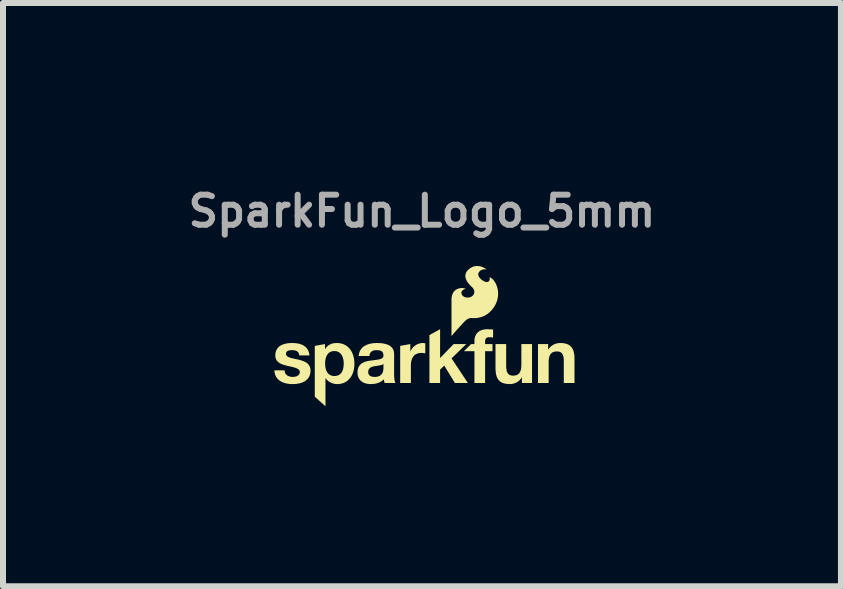
<source format=kicad_pcb>
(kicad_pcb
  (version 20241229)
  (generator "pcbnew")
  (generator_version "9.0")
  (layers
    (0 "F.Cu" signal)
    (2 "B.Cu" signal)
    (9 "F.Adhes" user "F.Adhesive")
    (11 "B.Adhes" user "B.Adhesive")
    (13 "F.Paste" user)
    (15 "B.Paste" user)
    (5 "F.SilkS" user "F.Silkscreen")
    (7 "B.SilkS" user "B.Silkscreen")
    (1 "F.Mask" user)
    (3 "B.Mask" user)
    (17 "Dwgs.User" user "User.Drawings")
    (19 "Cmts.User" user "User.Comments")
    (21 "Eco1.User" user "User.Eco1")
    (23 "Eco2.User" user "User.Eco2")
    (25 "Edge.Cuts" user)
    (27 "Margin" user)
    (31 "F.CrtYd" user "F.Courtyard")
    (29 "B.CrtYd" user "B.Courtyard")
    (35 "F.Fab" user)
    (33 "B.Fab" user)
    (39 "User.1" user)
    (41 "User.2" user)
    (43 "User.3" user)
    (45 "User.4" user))
  (footprint "SparkFun_Logo_5mm"
    (layer "F.Cu")
    (at 3.981 3.008)
    (property "Reference" "SparkFun_Logo_5mm" (at 0 -2.54 0) (layer "F.Fab") (effects (font (size 0.5 0.5) (thickness 0.1))))
    (attr board_only exclude_from_pos_files exclude_from_bom)
    (fp_poly (pts (xy 0.302 -0.092) (xy 0.527 -0.325) (xy 0.738 -0.325) (xy 0.493 -0.087) (xy 0.765 0.324) (xy 0.549 0.324) (xy 0.371 0.034) (xy 0.302 0.1) (xy 0.302 0.324) (xy 0.124 0.324) (xy 0.124 -0.475) (xy 0.302 -0.573)) (stroke (width 0) (type solid)) (fill yes) (layer "F.SilkS"))
    (fp_poly (pts (xy 0.019 -0.343) (xy 0.021 -0.343) (xy 0.024 -0.343) (xy 0.026 -0.342) (xy 0.031 -0.342) (xy 0.036 -0.341) (xy 0.041 -0.34) (xy 0.046 -0.339) (xy 0.05 -0.338) (xy 0.055 -0.337) (xy 0.055 -0.171) (xy 0.048 -0.172) (xy 0.041 -0.173) (xy 0.033 -0.174) (xy 0.025 -0.175) (xy 0.016 -0.176) (xy 0.008 -0.177) (xy -0.001 -0.177) (xy -0.009 -0.177) (xy -0.021 -0.177) (xy -0.033 -0.176) (xy -0.044 -0.175) (xy -0.054 -0.173) (xy -0.065 -0.171) (xy -0.074 -0.168) (xy -0.083 -0.164) (xy -0.092 -0.161) (xy -0.1 -0.157) (xy -0.108 -0.152) (xy -0.116 -0.147) (xy -0.123 -0.142) (xy -0.129 -0.136) (xy -0.135 -0.13) (xy -0.141 -0.123) (xy -0.146 -0.116) (xy -0.151 -0.109) (xy -0.156 -0.101) (xy -0.16 -0.094) (xy -0.164 -0.085) (xy -0.167 -0.077) (xy -0.171 -0.068) (xy -0.173 -0.059) (xy -0.176 -0.05) (xy -0.178 -0.04) (xy -0.18 -0.031) (xy -0.183 -0.011) (xy -0.184 0.01) (xy -0.185 0.031) (xy -0.185 0.324) (xy -0.363 0.324) (xy -0.363 -0.295) (xy -0.194 -0.325) (xy -0.194 -0.205) (xy -0.191 -0.205) (xy -0.188 -0.212) (xy -0.184 -0.22) (xy -0.18 -0.227) (xy -0.176 -0.234) (xy -0.172 -0.241) (xy -0.167 -0.248) (xy -0.162 -0.254) (xy -0.157 -0.261) (xy -0.152 -0.267) (xy -0.146 -0.273) (xy -0.14 -0.279) (xy -0.134 -0.284) (xy -0.128 -0.29) (xy -0.122 -0.295) (xy -0.115 -0.3) (xy -0.108 -0.304) (xy -0.101 -0.309) (xy -0.094 -0.313) (xy -0.087 -0.317) (xy -0.08 -0.321) (xy -0.072 -0.324) (xy -0.065 -0.327) (xy -0.057 -0.33) (xy -0.049 -0.333) (xy -0.041 -0.335) (xy -0.033 -0.337) (xy -0.025 -0.339) (xy -0.017 -0.34) (xy -0.009 -0.341) (xy -0.001 -0.342) (xy 0.008 -0.343) (xy 0.016 -0.343)) (stroke (width 0) (type solid)) (fill yes) (layer "F.SilkS"))
    (fp_poly (pts (xy 1.103 -0.572) (xy 1.115 -0.572) (xy 1.127 -0.571) (xy 1.139 -0.571) (xy 1.162 -0.569) (xy 1.174 -0.568) (xy 1.185 -0.568) (xy 1.185 -0.434) (xy 1.177 -0.435) (xy 1.169 -0.436) (xy 1.161 -0.437) (xy 1.153 -0.437) (xy 1.144 -0.438) (xy 1.136 -0.438) (xy 1.128 -0.438) (xy 1.12 -0.438) (xy 1.111 -0.438) (xy 1.107 -0.438) (xy 1.103 -0.437) (xy 1.099 -0.437) (xy 1.096 -0.436) (xy 1.092 -0.435) (xy 1.089 -0.434) (xy 1.086 -0.433) (xy 1.083 -0.432) (xy 1.08 -0.431) (xy 1.077 -0.429) (xy 1.074 -0.427) (xy 1.072 -0.426) (xy 1.07 -0.424) (xy 1.068 -0.421) (xy 1.066 -0.419) (xy 1.064 -0.417) (xy 1.062 -0.414) (xy 1.061 -0.411) (xy 1.059 -0.408) (xy 1.058 -0.405) (xy 1.057 -0.402) (xy 1.056 -0.399) (xy 1.055 -0.395) (xy 1.054 -0.391) (xy 1.054 -0.387) (xy 1.053 -0.383) (xy 1.052 -0.374) (xy 1.052 -0.364) (xy 1.052 -0.325) (xy 1.175 -0.325) (xy 1.175 -0.206) (xy 1.052 -0.206) (xy 1.052 0.324) (xy 0.874 0.324) (xy 0.874 -0.206) (xy 0.698 -0.206) (xy 0.819 -0.325) (xy 0.874 -0.325) (xy 0.874 -0.375) (xy 0.874 -0.386) (xy 0.875 -0.397) (xy 0.876 -0.407) (xy 0.877 -0.417) (xy 0.879 -0.427) (xy 0.881 -0.436) (xy 0.884 -0.446) (xy 0.887 -0.455) (xy 0.891 -0.464) (xy 0.895 -0.472) (xy 0.899 -0.481) (xy 0.904 -0.489) (xy 0.909 -0.496) (xy 0.915 -0.504) (xy 0.921 -0.511) (xy 0.928 -0.517) (xy 0.935 -0.524) (xy 0.942 -0.53) (xy 0.95 -0.535) (xy 0.958 -0.541) (xy 0.967 -0.546) (xy 0.976 -0.55) (xy 0.986 -0.554) (xy 0.996 -0.558) (xy 1.006 -0.561) (xy 1.017 -0.564) (xy 1.028 -0.567) (xy 1.04 -0.569) (xy 1.052 -0.57) (xy 1.065 -0.572) (xy 1.078 -0.572) (xy 1.091 -0.573)) (stroke (width 0) (type solid)) (fill yes) (layer "F.SilkS"))
    (fp_poly (pts (xy 1.403 0.041) (xy 1.404 0.061) (xy 1.405 0.079) (xy 1.407 0.096) (xy 1.41 0.111) (xy 1.413 0.126) (xy 1.417 0.139) (xy 1.42 0.145) (xy 1.423 0.15) (xy 1.426 0.156) (xy 1.429 0.161) (xy 1.433 0.166) (xy 1.436 0.17) (xy 1.44 0.175) (xy 1.445 0.178) (xy 1.449 0.182) (xy 1.454 0.185) (xy 1.459 0.188) (xy 1.464 0.191) (xy 1.47 0.193) (xy 1.476 0.195) (xy 1.482 0.197) (xy 1.489 0.198) (xy 1.495 0.199) (xy 1.503 0.2) (xy 1.51 0.201) (xy 1.518 0.201) (xy 1.527 0.201) (xy 1.535 0.2) (xy 1.543 0.199) (xy 1.551 0.198) (xy 1.559 0.197) (xy 1.566 0.195) (xy 1.573 0.193) (xy 1.58 0.19) (xy 1.586 0.187) (xy 1.593 0.184) (xy 1.598 0.181) (xy 1.604 0.177) (xy 1.609 0.172) (xy 1.614 0.168) (xy 1.619 0.163) (xy 1.623 0.157) (xy 1.627 0.151) (xy 1.631 0.145) (xy 1.634 0.139) (xy 1.638 0.132) (xy 1.641 0.124) (xy 1.643 0.116) (xy 1.646 0.108) (xy 1.648 0.1) (xy 1.65 0.091) (xy 1.651 0.081) (xy 1.653 0.071) (xy 1.654 0.061) (xy 1.655 0.05) (xy 1.655 0.039) (xy 1.656 0.015) (xy 1.656 -0.325) (xy 1.834 -0.325) (xy 1.834 0.324) (xy 1.665 0.324) (xy 1.665 0.233) (xy 1.661 0.233) (xy 1.656 0.24) (xy 1.652 0.247) (xy 1.647 0.253) (xy 1.642 0.259) (xy 1.637 0.265) (xy 1.632 0.271) (xy 1.627 0.276) (xy 1.621 0.282) (xy 1.616 0.287) (xy 1.61 0.291) (xy 1.604 0.296) (xy 1.598 0.3) (xy 1.586 0.308) (xy 1.573 0.315) (xy 1.56 0.321) (xy 1.546 0.327) (xy 1.533 0.331) (xy 1.519 0.335) (xy 1.505 0.338) (xy 1.491 0.34) (xy 1.477 0.341) (xy 1.462 0.341) (xy 1.445 0.341) (xy 1.428 0.34) (xy 1.413 0.339) (xy 1.398 0.336) (xy 1.384 0.334) (xy 1.37 0.33) (xy 1.357 0.327) (xy 1.345 0.322) (xy 1.334 0.317) (xy 1.323 0.312) (xy 1.313 0.306) (xy 1.304 0.299) (xy 1.295 0.292) (xy 1.287 0.285) (xy 1.28 0.277) (xy 1.273 0.268) (xy 1.266 0.259) (xy 1.26 0.25) (xy 1.255 0.24) (xy 1.25 0.229) (xy 1.246 0.218) (xy 1.242 0.207) (xy 1.239 0.196) (xy 1.236 0.184) (xy 1.231 0.158) (xy 1.228 0.132) (xy 1.226 0.104) (xy 1.225 0.074) (xy 1.225 -0.325) (xy 1.403 -0.325)) (stroke (width 0) (type solid)) (fill yes) (layer "F.SilkS"))
    (fp_poly (pts (xy 2.322 -0.342) (xy 2.338 -0.342) (xy 2.354 -0.34) (xy 2.369 -0.338) (xy 2.383 -0.335) (xy 2.396 -0.332) (xy 2.409 -0.328) (xy 2.421 -0.324) (xy 2.433 -0.319) (xy 2.443 -0.313) (xy 2.453 -0.307) (xy 2.463 -0.301) (xy 2.471 -0.293) (xy 2.479 -0.286) (xy 2.487 -0.278) (xy 2.494 -0.269) (xy 2.5 -0.26) (xy 2.506 -0.251) (xy 2.512 -0.241) (xy 2.516 -0.231) (xy 2.521 -0.22) (xy 2.525 -0.209) (xy 2.528 -0.197) (xy 2.531 -0.185) (xy 2.536 -0.16) (xy 2.539 -0.133) (xy 2.541 -0.105) (xy 2.541 -0.075) (xy 2.541 0.324) (xy 2.363 0.324) (xy 2.363 -0.043) (xy 2.363 -0.062) (xy 2.362 -0.08) (xy 2.36 -0.097) (xy 2.357 -0.113) (xy 2.354 -0.127) (xy 2.349 -0.14) (xy 2.347 -0.146) (xy 2.344 -0.152) (xy 2.341 -0.157) (xy 2.338 -0.162) (xy 2.334 -0.167) (xy 2.33 -0.172) (xy 2.326 -0.176) (xy 2.322 -0.18) (xy 2.317 -0.183) (xy 2.313 -0.187) (xy 2.308 -0.19) (xy 2.302 -0.192) (xy 2.297 -0.195) (xy 2.291 -0.197) (xy 2.284 -0.198) (xy 2.278 -0.2) (xy 2.271 -0.201) (xy 2.264 -0.202) (xy 2.257 -0.202) (xy 2.249 -0.202) (xy 2.24 -0.202) (xy 2.231 -0.202) (xy 2.223 -0.201) (xy 2.215 -0.2) (xy 2.208 -0.198) (xy 2.2 -0.196) (xy 2.193 -0.194) (xy 2.187 -0.192) (xy 2.18 -0.189) (xy 2.174 -0.186) (xy 2.168 -0.182) (xy 2.163 -0.178) (xy 2.158 -0.174) (xy 2.153 -0.169) (xy 2.148 -0.164) (xy 2.144 -0.159) (xy 2.14 -0.153) (xy 2.136 -0.147) (xy 2.132 -0.14) (xy 2.129 -0.133) (xy 2.126 -0.126) (xy 2.123 -0.118) (xy 2.121 -0.11) (xy 2.119 -0.101) (xy 2.117 -0.092) (xy 2.115 -0.082) (xy 2.114 -0.073) (xy 2.113 -0.062) (xy 2.112 -0.051) (xy 2.111 -0.04) (xy 2.111 -0.016) (xy 2.111 0.324) (xy 1.933 0.324) (xy 1.933 -0.325) (xy 2.102 -0.325) (xy 2.102 -0.235) (xy 2.106 -0.235) (xy 2.11 -0.242) (xy 2.115 -0.248) (xy 2.119 -0.255) (xy 2.124 -0.261) (xy 2.129 -0.267) (xy 2.134 -0.272) (xy 2.14 -0.278) (xy 2.145 -0.283) (xy 2.151 -0.288) (xy 2.157 -0.293) (xy 2.163 -0.297) (xy 2.169 -0.302) (xy 2.181 -0.309) (xy 2.194 -0.317) (xy 2.207 -0.323) (xy 2.22 -0.328) (xy 2.234 -0.333) (xy 2.248 -0.336) (xy 2.262 -0.339) (xy 2.276 -0.341) (xy 2.29 -0.342) (xy 2.304 -0.343)) (stroke (width 0) (type solid)) (fill yes) (layer "F.SilkS"))
    (fp_poly (pts (xy -1.402 -0.342) (xy -1.384 -0.341) (xy -1.366 -0.339) (xy -1.35 -0.335) (xy -1.333 -0.331) (xy -1.318 -0.326) (xy -1.303 -0.321) (xy -1.289 -0.314) (xy -1.275 -0.307) (xy -1.262 -0.299) (xy -1.25 -0.29) (xy -1.238 -0.281) (xy -1.227 -0.271) (xy -1.216 -0.26) (xy -1.206 -0.249) (xy -1.197 -0.237) (xy -1.188 -0.225) (xy -1.18 -0.212) (xy -1.172 -0.199) (xy -1.165 -0.185) (xy -1.159 -0.171) (xy -1.153 -0.156) (xy -1.148 -0.142) (xy -1.143 -0.126) (xy -1.139 -0.111) (xy -1.135 -0.095) (xy -1.13 -0.062) (xy -1.127 -0.028) (xy -1.126 0.006) (xy -1.127 0.039) (xy -1.13 0.07) (xy -1.136 0.101) (xy -1.143 0.132) (xy -1.153 0.161) (xy -1.165 0.188) (xy -1.172 0.202) (xy -1.18 0.215) (xy -1.188 0.227) (xy -1.197 0.239) (xy -1.206 0.25) (xy -1.215 0.261) (xy -1.226 0.271) (xy -1.237 0.281) (xy -1.248 0.29) (xy -1.26 0.299) (xy -1.272 0.306) (xy -1.286 0.313) (xy -1.299 0.32) (xy -1.313 0.325) (xy -1.328 0.33) (xy -1.344 0.334) (xy -1.359 0.337) (xy -1.376 0.34) (xy -1.393 0.341) (xy -1.411 0.341) (xy -1.425 0.341) (xy -1.44 0.34) (xy -1.454 0.338) (xy -1.468 0.335) (xy -1.482 0.332) (xy -1.495 0.327) (xy -1.508 0.322) (xy -1.521 0.316) (xy -1.533 0.31) (xy -1.545 0.303) (xy -1.557 0.295) (xy -1.567 0.286) (xy -1.578 0.276) (xy -1.587 0.266) (xy -1.597 0.255) (xy -1.605 0.244) (xy -1.608 0.244) (xy -1.608 0.711) (xy -1.786 0.552) (xy -1.786 0.001) (xy -1.614 0.001) (xy -1.613 0.021) (xy -1.612 0.04) (xy -1.609 0.059) (xy -1.606 0.078) (xy -1.601 0.096) (xy -1.595 0.113) (xy -1.588 0.129) (xy -1.584 0.136) (xy -1.579 0.144) (xy -1.575 0.151) (xy -1.57 0.157) (xy -1.564 0.164) (xy -1.558 0.17) (xy -1.552 0.175) (xy -1.546 0.181) (xy -1.539 0.185) (xy -1.531 0.19) (xy -1.524 0.194) (xy -1.516 0.197) (xy -1.507 0.2) (xy -1.498 0.202) (xy -1.489 0.204) (xy -1.479 0.206) (xy -1.469 0.207) (xy -1.458 0.207) (xy -1.448 0.207) (xy -1.437 0.206) (xy -1.427 0.204) (xy -1.418 0.202) (xy -1.409 0.2) (xy -1.401 0.197) (xy -1.393 0.194) (xy -1.385 0.19) (xy -1.378 0.185) (xy -1.371 0.181) (xy -1.364 0.175) (xy -1.358 0.17) (xy -1.352 0.164) (xy -1.347 0.157) (xy -1.342 0.151) (xy -1.337 0.144) (xy -1.333 0.136) (xy -1.329 0.129) (xy -1.325 0.121) (xy -1.322 0.113) (xy -1.319 0.104) (xy -1.316 0.096) (xy -1.314 0.087) (xy -1.312 0.078) (xy -1.308 0.059) (xy -1.306 0.04) (xy -1.304 0.021) (xy -1.304 0.001) (xy -1.304 -0.018) (xy -1.306 -0.038) (xy -1.308 -0.057) (xy -1.312 -0.076) (xy -1.317 -0.094) (xy -1.323 -0.111) (xy -1.33 -0.127) (xy -1.334 -0.135) (xy -1.339 -0.143) (xy -1.344 -0.15) (xy -1.349 -0.157) (xy -1.354 -0.163) (xy -1.36 -0.17) (xy -1.366 -0.175) (xy -1.373 -0.181) (xy -1.38 -0.186) (xy -1.387 -0.19) (xy -1.395 -0.194) (xy -1.403 -0.198) (xy -1.411 -0.201) (xy -1.42 -0.204) (xy -1.429 -0.206) (xy -1.439 -0.207) (xy -1.449 -0.208) (xy -1.459 -0.208) (xy -1.47 -0.208) (xy -1.48 -0.207) (xy -1.49 -0.206) (xy -1.5 -0.204) (xy -1.509 -0.201) (xy -1.517 -0.198) (xy -1.525 -0.195) (xy -1.533 -0.191) (xy -1.54 -0.186) (xy -1.547 -0.181) (xy -1.554 -0.176) (xy -1.56 -0.17) (xy -1.565 -0.164) (xy -1.571 -0.157) (xy -1.576 -0.15) (xy -1.581 -0.143) (xy -1.585 -0.136) (xy -1.589 -0.128) (xy -1.593 -0.12) (xy -1.596 -0.111) (xy -1.599 -0.103) (xy -1.602 -0.094) (xy -1.604 -0.085) (xy -1.606 -0.076) (xy -1.61 -0.057) (xy -1.612 -0.038) (xy -1.613 -0.019) (xy -1.614 0.001) (xy -1.786 0.001) (xy -1.786 -0.295) (xy -1.616 -0.325) (xy -1.616 -0.242) (xy -1.614 -0.242) (xy -1.61 -0.249) (xy -1.605 -0.255) (xy -1.601 -0.261) (xy -1.596 -0.267) (xy -1.592 -0.272) (xy -1.587 -0.278) (xy -1.582 -0.283) (xy -1.576 -0.288) (xy -1.571 -0.292) (xy -1.566 -0.297) (xy -1.56 -0.301) (xy -1.555 -0.305) (xy -1.549 -0.309) (xy -1.543 -0.312) (xy -1.537 -0.316) (xy -1.531 -0.319) (xy -1.525 -0.322) (xy -1.518 -0.325) (xy -1.505 -0.33) (xy -1.492 -0.334) (xy -1.479 -0.337) (xy -1.465 -0.34) (xy -1.45 -0.341) (xy -1.436 -0.342) (xy -1.421 -0.343)) (stroke (width 0) (type solid)) (fill yes) (layer "F.SilkS"))
    (fp_poly (pts (xy -0.725 -0.342) (xy -0.7 -0.341) (xy -0.675 -0.339) (xy -0.65 -0.336) (xy -0.626 -0.331) (xy -0.602 -0.325) (xy -0.579 -0.318) (xy -0.558 -0.309) (xy -0.548 -0.304) (xy -0.538 -0.298) (xy -0.529 -0.292) (xy -0.52 -0.285) (xy -0.512 -0.278) (xy -0.504 -0.27) (xy -0.497 -0.262) (xy -0.49 -0.253) (xy -0.485 -0.243) (xy -0.479 -0.233) (xy -0.475 -0.222) (xy -0.471 -0.211) (xy -0.468 -0.199) (xy -0.466 -0.186) (xy -0.465 -0.173) (xy -0.464 -0.158) (xy -0.464 0.18) (xy -0.464 0.202) (xy -0.463 0.223) (xy -0.461 0.244) (xy -0.459 0.264) (xy -0.457 0.273) (xy -0.456 0.282) (xy -0.454 0.291) (xy -0.452 0.298) (xy -0.45 0.306) (xy -0.447 0.313) (xy -0.444 0.319) (xy -0.442 0.324) (xy -0.622 0.324) (xy -0.624 0.316) (xy -0.627 0.309) (xy -0.629 0.301) (xy -0.63 0.293) (xy -0.632 0.285) (xy -0.633 0.277) (xy -0.634 0.269) (xy -0.635 0.261) (xy -0.646 0.272) (xy -0.657 0.282) (xy -0.669 0.29) (xy -0.682 0.299) (xy -0.694 0.306) (xy -0.708 0.312) (xy -0.721 0.318) (xy -0.735 0.323) (xy -0.749 0.328) (xy -0.764 0.332) (xy -0.778 0.335) (xy -0.793 0.337) (xy -0.808 0.339) (xy -0.823 0.34) (xy -0.838 0.341) (xy -0.853 0.341) (xy -0.876 0.341) (xy -0.899 0.339) (xy -0.92 0.335) (xy -0.94 0.33) (xy -0.95 0.327) (xy -0.96 0.323) (xy -0.969 0.319) (xy -0.978 0.315) (xy -0.987 0.31) (xy -0.995 0.305) (xy -1.003 0.3) (xy -1.01 0.294) (xy -1.018 0.288) (xy -1.025 0.281) (xy -1.031 0.274) (xy -1.037 0.267) (xy -1.043 0.259) (xy -1.048 0.251) (xy -1.053 0.242) (xy -1.057 0.233) (xy -1.061 0.224) (xy -1.065 0.214) (xy -1.067 0.204) (xy -1.07 0.193) (xy -1.072 0.182) (xy -1.073 0.171) (xy -1.074 0.159) (xy -1.074 0.147) (xy -1.074 0.139) (xy -0.896 0.139) (xy -0.896 0.145) (xy -0.895 0.151) (xy -0.895 0.156) (xy -0.894 0.162) (xy -0.892 0.167) (xy -0.891 0.171) (xy -0.889 0.176) (xy -0.887 0.18) (xy -0.885 0.184) (xy -0.882 0.187) (xy -0.88 0.191) (xy -0.877 0.194) (xy -0.874 0.197) (xy -0.87 0.2) (xy -0.867 0.203) (xy -0.863 0.205) (xy -0.859 0.207) (xy -0.855 0.21) (xy -0.851 0.211) (xy -0.847 0.213) (xy -0.842 0.215) (xy -0.838 0.216) (xy -0.833 0.217) (xy -0.828 0.218) (xy -0.818 0.22) (xy -0.808 0.221) (xy -0.797 0.222) (xy -0.787 0.222) (xy -0.774 0.222) (xy -0.762 0.221) (xy -0.751 0.219) (xy -0.741 0.217) (xy -0.731 0.215) (xy -0.722 0.212) (xy -0.713 0.208) (xy -0.705 0.204) (xy -0.698 0.2) (xy -0.692 0.196) (xy -0.685 0.191) (xy -0.68 0.185) (xy -0.675 0.18) (xy -0.67 0.174) (xy -0.666 0.169) (xy -0.662 0.163) (xy -0.659 0.156) (xy -0.656 0.15) (xy -0.654 0.144) (xy -0.651 0.138) (xy -0.648 0.125) (xy -0.645 0.113) (xy -0.644 0.101) (xy -0.643 0.091) (xy -0.642 0.073) (xy -0.642 0.006) (xy -0.645 0.009) (xy -0.648 0.011) (xy -0.652 0.013) (xy -0.655 0.015) (xy -0.663 0.019) (xy -0.67 0.022) (xy -0.679 0.025) (xy -0.688 0.027) (xy -0.697 0.029) (xy -0.707 0.031) (xy -0.791 0.044) (xy -0.801 0.046) (xy -0.811 0.048) (xy -0.821 0.051) (xy -0.83 0.054) (xy -0.839 0.057) (xy -0.848 0.061) (xy -0.856 0.066) (xy -0.86 0.068) (xy -0.864 0.071) (xy -0.868 0.074) (xy -0.871 0.077) (xy -0.874 0.08) (xy -0.877 0.083) (xy -0.88 0.087) (xy -0.883 0.09) (xy -0.885 0.094) (xy -0.887 0.098) (xy -0.889 0.103) (xy -0.891 0.107) (xy -0.893 0.112) (xy -0.894 0.117) (xy -0.895 0.122) (xy -0.896 0.128) (xy -0.896 0.133) (xy -0.896 0.139) (xy -1.074 0.139) (xy -1.073 0.12) (xy -1.069 0.097) (xy -1.063 0.075) (xy -1.055 0.056) (xy -1.045 0.039) (xy -1.033 0.024) (xy -1.02 0.01) (xy -1.005 -0.001) (xy -0.989 -0.011) (xy -0.972 -0.02) (xy -0.953 -0.028) (xy -0.935 -0.034) (xy -0.915 -0.039) (xy -0.895 -0.044) (xy -0.855 -0.05) (xy -0.775 -0.06) (xy -0.739 -0.065) (xy -0.706 -0.072) (xy -0.692 -0.076) (xy -0.679 -0.081) (xy -0.668 -0.087) (xy -0.659 -0.094) (xy -0.651 -0.102) (xy -0.646 -0.112) (xy -0.643 -0.123) (xy -0.642 -0.136) (xy -0.643 -0.142) (xy -0.643 -0.149) (xy -0.644 -0.155) (xy -0.645 -0.161) (xy -0.646 -0.167) (xy -0.648 -0.172) (xy -0.65 -0.177) (xy -0.652 -0.181) (xy -0.654 -0.185) (xy -0.657 -0.189) (xy -0.659 -0.193) (xy -0.662 -0.197) (xy -0.666 -0.2) (xy -0.669 -0.203) (xy -0.673 -0.205) (xy -0.677 -0.208) (xy -0.681 -0.21) (xy -0.685 -0.212) (xy -0.689 -0.214) (xy -0.694 -0.216) (xy -0.698 -0.217) (xy -0.703 -0.218) (xy -0.708 -0.219) (xy -0.713 -0.22) (xy -0.724 -0.222) (xy -0.735 -0.223) (xy -0.746 -0.223) (xy -0.758 -0.224) (xy -0.771 -0.223) (xy -0.783 -0.222) (xy -0.794 -0.221) (xy -0.805 -0.218) (xy -0.81 -0.217) (xy -0.815 -0.215) (xy -0.819 -0.213) (xy -0.824 -0.211) (xy -0.828 -0.209) (xy -0.833 -0.206) (xy -0.837 -0.204) (xy -0.84 -0.201) (xy -0.844 -0.198) (xy -0.848 -0.195) (xy -0.851 -0.191) (xy -0.854 -0.187) (xy -0.857 -0.184) (xy -0.86 -0.179) (xy -0.862 -0.175) (xy -0.865 -0.171) (xy -0.867 -0.166) (xy -0.869 -0.161) (xy -0.87 -0.155) (xy -0.872 -0.15) (xy -0.873 -0.144) (xy -0.874 -0.138) (xy -0.875 -0.132) (xy -0.876 -0.126) (xy -1.054 -0.126) (xy -1.053 -0.141) (xy -1.051 -0.155) (xy -1.048 -0.169) (xy -1.044 -0.182) (xy -1.04 -0.195) (xy -1.035 -0.207) (xy -1.029 -0.219) (xy -1.023 -0.229) (xy -1.016 -0.24) (xy -1.008 -0.249) (xy -1 -0.259) (xy -0.992 -0.267) (xy -0.983 -0.275) (xy -0.973 -0.283) (xy -0.963 -0.29) (xy -0.953 -0.296) (xy -0.942 -0.302) (xy -0.93 -0.308) (xy -0.919 -0.313) (xy -0.907 -0.318) (xy -0.895 -0.322) (xy -0.882 -0.326) (xy -0.87 -0.329) (xy -0.857 -0.332) (xy -0.831 -0.337) (xy -0.804 -0.34) (xy -0.776 -0.342) (xy -0.749 -0.343)) (stroke (width 0) (type solid)) (fill yes) (layer "F.SilkS"))
    (fp_poly (pts (xy -2.135 -0.342) (xy -2.109 -0.34) (xy -2.084 -0.337) (xy -2.059 -0.333) (xy -2.035 -0.327) (xy -2.012 -0.319) (xy -1.991 -0.31) (xy -1.98 -0.305) (xy -1.97 -0.299) (xy -1.961 -0.293) (xy -1.952 -0.286) (xy -1.943 -0.279) (xy -1.934 -0.271) (xy -1.926 -0.263) (xy -1.919 -0.254) (xy -1.912 -0.245) (xy -1.906 -0.235) (xy -1.9 -0.225) (xy -1.894 -0.214) (xy -1.889 -0.202) (xy -1.885 -0.19) (xy -1.882 -0.178) (xy -1.879 -0.164) (xy -1.876 -0.15) (xy -1.875 -0.136) (xy -2.044 -0.136) (xy -2.045 -0.142) (xy -2.046 -0.148) (xy -2.047 -0.154) (xy -2.048 -0.159) (xy -2.05 -0.164) (xy -2.052 -0.169) (xy -2.054 -0.174) (xy -2.056 -0.178) (xy -2.059 -0.183) (xy -2.062 -0.187) (xy -2.065 -0.19) (xy -2.068 -0.194) (xy -2.072 -0.197) (xy -2.075 -0.2) (xy -2.079 -0.203) (xy -2.083 -0.206) (xy -2.087 -0.208) (xy -2.092 -0.21) (xy -2.096 -0.212) (xy -2.101 -0.214) (xy -2.106 -0.216) (xy -2.11 -0.217) (xy -2.116 -0.218) (xy -2.121 -0.22) (xy -2.131 -0.221) (xy -2.143 -0.223) (xy -2.154 -0.223) (xy -2.166 -0.224) (xy -2.174 -0.224) (xy -2.182 -0.223) (xy -2.19 -0.223) (xy -2.199 -0.222) (xy -2.207 -0.22) (xy -2.215 -0.219) (xy -2.223 -0.216) (xy -2.231 -0.214) (xy -2.234 -0.212) (xy -2.238 -0.21) (xy -2.241 -0.208) (xy -2.245 -0.206) (xy -2.248 -0.204) (xy -2.25 -0.201) (xy -2.253 -0.198) (xy -2.255 -0.195) (xy -2.258 -0.192) (xy -2.26 -0.189) (xy -2.261 -0.185) (xy -2.263 -0.181) (xy -2.264 -0.177) (xy -2.265 -0.173) (xy -2.265 -0.168) (xy -2.265 -0.163) (xy -2.265 -0.157) (xy -2.264 -0.152) (xy -2.263 -0.147) (xy -2.261 -0.142) (xy -2.258 -0.137) (xy -2.255 -0.133) (xy -2.252 -0.128) (xy -2.248 -0.124) (xy -2.243 -0.121) (xy -2.239 -0.117) (xy -2.233 -0.114) (xy -2.228 -0.111) (xy -2.222 -0.108) (xy -2.216 -0.105) (xy -2.209 -0.102) (xy -2.202 -0.1) (xy -2.187 -0.095) (xy -2.171 -0.091) (xy -2.154 -0.087) (xy -2.137 -0.083) (xy -2.101 -0.075) (xy -2.082 -0.071) (xy -2.063 -0.067) (xy -2.044 -0.062) (xy -2.024 -0.057) (xy -2.005 -0.051) (xy -1.987 -0.045) (xy -1.969 -0.038) (xy -1.952 -0.03) (xy -1.936 -0.022) (xy -1.921 -0.012) (xy -1.914 -0.007) (xy -1.907 -0.001) (xy -1.901 0.005) (xy -1.895 0.011) (xy -1.889 0.018) (xy -1.884 0.025) (xy -1.879 0.032) (xy -1.875 0.04) (xy -1.871 0.048) (xy -1.867 0.056) (xy -1.864 0.065) (xy -1.862 0.074) (xy -1.86 0.084) (xy -1.858 0.094) (xy -1.857 0.104) (xy -1.857 0.115) (xy -1.858 0.131) (xy -1.859 0.146) (xy -1.861 0.16) (xy -1.864 0.174) (xy -1.868 0.187) (xy -1.872 0.2) (xy -1.877 0.212) (xy -1.883 0.223) (xy -1.889 0.233) (xy -1.896 0.244) (xy -1.904 0.253) (xy -1.912 0.262) (xy -1.921 0.27) (xy -1.93 0.278) (xy -1.94 0.286) (xy -1.95 0.292) (xy -1.961 0.299) (xy -1.972 0.305) (xy -1.983 0.31) (xy -1.995 0.315) (xy -2.007 0.319) (xy -2.02 0.323) (xy -2.032 0.327) (xy -2.045 0.33) (xy -2.072 0.335) (xy -2.099 0.339) (xy -2.126 0.341) (xy -2.154 0.341) (xy -2.182 0.341) (xy -2.21 0.339) (xy -2.237 0.335) (xy -2.264 0.33) (xy -2.29 0.323) (xy -2.315 0.315) (xy -2.338 0.304) (xy -2.349 0.298) (xy -2.36 0.292) (xy -2.371 0.285) (xy -2.381 0.277) (xy -2.39 0.269) (xy -2.399 0.261) (xy -2.407 0.252) (xy -2.415 0.242) (xy -2.423 0.232) (xy -2.429 0.221) (xy -2.436 0.21) (xy -2.441 0.198) (xy -2.446 0.185) (xy -2.45 0.172) (xy -2.453 0.158) (xy -2.456 0.144) (xy -2.458 0.129) (xy -2.459 0.113) (xy -2.289 0.113) (xy -2.289 0.12) (xy -2.288 0.127) (xy -2.287 0.133) (xy -2.286 0.14) (xy -2.284 0.146) (xy -2.282 0.151) (xy -2.28 0.157) (xy -2.277 0.162) (xy -2.275 0.167) (xy -2.271 0.172) (xy -2.268 0.177) (xy -2.264 0.181) (xy -2.26 0.185) (xy -2.256 0.189) (xy -2.251 0.193) (xy -2.247 0.196) (xy -2.242 0.199) (xy -2.237 0.202) (xy -2.231 0.205) (xy -2.226 0.208) (xy -2.22 0.21) (xy -2.215 0.212) (xy -2.209 0.214) (xy -2.203 0.216) (xy -2.197 0.217) (xy -2.191 0.219) (xy -2.178 0.221) (xy -2.165 0.222) (xy -2.152 0.222) (xy -2.143 0.222) (xy -2.133 0.221) (xy -2.123 0.22) (xy -2.113 0.218) (xy -2.103 0.216) (xy -2.093 0.213) (xy -2.084 0.209) (xy -2.075 0.204) (xy -2.071 0.202) (xy -2.067 0.199) (xy -2.063 0.196) (xy -2.059 0.193) (xy -2.056 0.19) (xy -2.052 0.186) (xy -2.049 0.183) (xy -2.047 0.179) (xy -2.044 0.175) (xy -2.042 0.17) (xy -2.04 0.166) (xy -2.038 0.161) (xy -2.037 0.156) (xy -2.036 0.151) (xy -2.036 0.145) (xy -2.035 0.139) (xy -2.036 0.134) (xy -2.036 0.13) (xy -2.037 0.125) (xy -2.039 0.121) (xy -2.041 0.116) (xy -2.043 0.112) (xy -2.046 0.108) (xy -2.049 0.105) (xy -2.053 0.101) (xy -2.057 0.097) (xy -2.061 0.094) (xy -2.066 0.091) (xy -2.071 0.088) (xy -2.077 0.085) (xy -2.083 0.082) (xy -2.089 0.079) (xy -2.096 0.076) (xy -2.103 0.073) (xy -2.11 0.071) (xy -2.118 0.068) (xy -2.135 0.063) (xy -2.153 0.058) (xy -2.172 0.053) (xy -2.193 0.049) (xy -2.214 0.044) (xy -2.238 0.039) (xy -2.276 0.029) (xy -2.295 0.024) (xy -2.314 0.018) (xy -2.332 0.011) (xy -2.349 0.004) (xy -2.365 -0.004) (xy -2.38 -0.013) (xy -2.387 -0.018) (xy -2.393 -0.024) (xy -2.4 -0.029) (xy -2.406 -0.035) (xy -2.411 -0.041) (xy -2.417 -0.048) (xy -2.422 -0.055) (xy -2.426 -0.062) (xy -2.43 -0.07) (xy -2.433 -0.078) (xy -2.436 -0.086) (xy -2.439 -0.095) (xy -2.441 -0.104) (xy -2.442 -0.114) (xy -2.443 -0.124) (xy -2.444 -0.134) (xy -2.443 -0.15) (xy -2.442 -0.164) (xy -2.44 -0.178) (xy -2.437 -0.191) (xy -2.434 -0.203) (xy -2.429 -0.215) (xy -2.425 -0.226) (xy -2.419 -0.237) (xy -2.413 -0.247) (xy -2.406 -0.256) (xy -2.399 -0.265) (xy -2.391 -0.273) (xy -2.383 -0.281) (xy -2.374 -0.288) (xy -2.364 -0.295) (xy -2.355 -0.301) (xy -2.344 -0.306) (xy -2.334 -0.312) (xy -2.323 -0.316) (xy -2.312 -0.321) (xy -2.3 -0.324) (xy -2.288 -0.328) (xy -2.276 -0.331) (xy -2.264 -0.333) (xy -2.239 -0.338) (xy -2.213 -0.341) (xy -2.187 -0.342) (xy -2.161 -0.343)) (stroke (width 0) (type solid)) (fill yes) (layer "F.SilkS"))
    (fp_poly (pts (xy 0.928 -1.626) (xy 0.94 -1.625) (xy 0.951 -1.624) (xy 0.962 -1.622) (xy 0.972 -1.62) (xy 0.983 -1.617) (xy 0.992 -1.614) (xy 1.002 -1.61) (xy 1.011 -1.607) (xy 1.019 -1.603) (xy 1.027 -1.599) (xy 1.042 -1.591) (xy 1.054 -1.584) (xy 1.064 -1.577) (xy 1.071 -1.572) (xy 1.077 -1.567) (xy 1.074 -1.567) (xy 1.065 -1.569) (xy 1.059 -1.569) (xy 1.052 -1.57) (xy 1.044 -1.57) (xy 1.035 -1.57) (xy 1.026 -1.569) (xy 1.017 -1.568) (xy 1.007 -1.565) (xy 1.002 -1.564) (xy 0.997 -1.562) (xy 0.992 -1.56) (xy 0.987 -1.558) (xy 0.983 -1.555) (xy 0.978 -1.552) (xy 0.974 -1.549) (xy 0.969 -1.546) (xy 0.965 -1.542) (xy 0.961 -1.537) (xy 0.956 -1.532) (xy 0.951 -1.526) (xy 0.947 -1.519) (xy 0.944 -1.513) (xy 0.943 -1.51) (xy 0.941 -1.507) (xy 0.94 -1.504) (xy 0.94 -1.5) (xy 0.939 -1.497) (xy 0.938 -1.494) (xy 0.938 -1.49) (xy 0.938 -1.487) (xy 0.938 -1.483) (xy 0.938 -1.48) (xy 0.939 -1.476) (xy 0.939 -1.473) (xy 0.94 -1.469) (xy 0.941 -1.465) (xy 0.943 -1.462) (xy 0.944 -1.458) (xy 0.946 -1.454) (xy 0.948 -1.45) (xy 0.95 -1.446) (xy 0.952 -1.442) (xy 0.955 -1.438) (xy 0.958 -1.434) (xy 0.964 -1.426) (xy 0.97 -1.419) (xy 0.977 -1.412) (xy 0.984 -1.406) (xy 0.991 -1.399) (xy 0.999 -1.393) (xy 1.008 -1.387) (xy 1.016 -1.382) (xy 1.025 -1.377) (xy 1.033 -1.372) (xy 1.042 -1.368) (xy 1.051 -1.365) (xy 1.059 -1.362) (xy 1.068 -1.36) (xy 1.072 -1.36) (xy 1.076 -1.359) (xy 1.079 -1.359) (xy 1.083 -1.359) (xy 1.087 -1.359) (xy 1.09 -1.36) (xy 1.095 -1.361) (xy 1.099 -1.362) (xy 1.103 -1.364) (xy 1.107 -1.366) (xy 1.11 -1.368) (xy 1.113 -1.371) (xy 1.116 -1.373) (xy 1.118 -1.376) (xy 1.12 -1.379) (xy 1.122 -1.382) (xy 1.124 -1.386) (xy 1.125 -1.389) (xy 1.126 -1.393) (xy 1.127 -1.396) (xy 1.128 -1.4) (xy 1.128 -1.403) (xy 1.129 -1.41) (xy 1.129 -1.417) (xy 1.129 -1.423) (xy 1.128 -1.428) (xy 1.128 -1.433) (xy 1.127 -1.436) (xy 1.127 -1.439) (xy 1.136 -1.436) (xy 1.146 -1.431) (xy 1.156 -1.425) (xy 1.165 -1.417) (xy 1.184 -1.4) (xy 1.202 -1.378) (xy 1.219 -1.353) (xy 1.234 -1.324) (xy 1.247 -1.293) (xy 1.257 -1.258) (xy 1.265 -1.222) (xy 1.267 -1.203) (xy 1.268 -1.184) (xy 1.269 -1.164) (xy 1.268 -1.144) (xy 1.267 -1.124) (xy 1.264 -1.104) (xy 1.26 -1.083) (xy 1.255 -1.062) (xy 1.249 -1.041) (xy 1.241 -1.02) (xy 1.232 -0.999) (xy 1.222 -0.978) (xy 1.21 -0.957) (xy 1.196 -0.936) (xy 1.181 -0.915) (xy 1.165 -0.895) (xy 1.147 -0.876) (xy 1.129 -0.858) (xy 1.11 -0.841) (xy 1.09 -0.826) (xy 1.069 -0.812) (xy 1.048 -0.8) (xy 1.025 -0.789) (xy 1.001 -0.78) (xy 0.976 -0.772) (xy 0.951 -0.766) (xy 0.924 -0.761) (xy 0.896 -0.758) (xy 0.867 -0.757) (xy 0.837 -0.758) (xy 0.829 -0.759) (xy 0.822 -0.759) (xy 0.814 -0.759) (xy 0.807 -0.758) (xy 0.8 -0.757) (xy 0.794 -0.755) (xy 0.787 -0.754) (xy 0.781 -0.752) (xy 0.774 -0.749) (xy 0.768 -0.746) (xy 0.762 -0.743) (xy 0.756 -0.74) (xy 0.744 -0.732) (xy 0.733 -0.723) (xy 0.721 -0.713) (xy 0.71 -0.702) (xy 0.698 -0.69) (xy 0.686 -0.676) (xy 0.63 -0.615) (xy 0.603 -0.586) (xy 0.577 -0.557) (xy 0.554 -0.531) (xy 0.533 -0.507) (xy 0.516 -0.487) (xy 0.503 -0.471) (xy 0.492 -0.458) (xy 0.492 -1.046) (xy 0.492 -1.058) (xy 0.492 -1.069) (xy 0.493 -1.08) (xy 0.493 -1.09) (xy 0.494 -1.1) (xy 0.496 -1.11) (xy 0.497 -1.119) (xy 0.499 -1.128) (xy 0.501 -1.136) (xy 0.503 -1.144) (xy 0.506 -1.152) (xy 0.509 -1.159) (xy 0.512 -1.166) (xy 0.515 -1.173) (xy 0.518 -1.179) (xy 0.522 -1.185) (xy 0.526 -1.191) (xy 0.53 -1.196) (xy 0.534 -1.202) (xy 0.538 -1.206) (xy 0.543 -1.211) (xy 0.547 -1.215) (xy 0.552 -1.22) (xy 0.557 -1.223) (xy 0.562 -1.227) (xy 0.567 -1.23) (xy 0.572 -1.234) (xy 0.578 -1.237) (xy 0.589 -1.242) (xy 0.6 -1.247) (xy 0.607 -1.249) (xy 0.613 -1.251) (xy 0.619 -1.253) (xy 0.625 -1.254) (xy 0.631 -1.255) (xy 0.637 -1.256) (xy 0.643 -1.257) (xy 0.649 -1.258) (xy 0.654 -1.258) (xy 0.66 -1.259) (xy 0.665 -1.259) (xy 0.67 -1.259) (xy 0.675 -1.258) (xy 0.68 -1.258) (xy 0.689 -1.257) (xy 0.697 -1.256) (xy 0.704 -1.255) (xy 0.711 -1.253) (xy 0.716 -1.252) (xy 0.721 -1.251) (xy 0.724 -1.25) (xy 0.726 -1.249) (xy 0.718 -1.245) (xy 0.71 -1.241) (xy 0.705 -1.239) (xy 0.699 -1.236) (xy 0.694 -1.233) (xy 0.688 -1.229) (xy 0.683 -1.225) (xy 0.678 -1.221) (xy 0.673 -1.216) (xy 0.67 -1.214) (xy 0.668 -1.212) (xy 0.666 -1.209) (xy 0.664 -1.206) (xy 0.663 -1.204) (xy 0.661 -1.201) (xy 0.66 -1.198) (xy 0.659 -1.194) (xy 0.658 -1.191) (xy 0.657 -1.187) (xy 0.657 -1.183) (xy 0.657 -1.18) (xy 0.657 -1.176) (xy 0.657 -1.172) (xy 0.658 -1.168) (xy 0.659 -1.164) (xy 0.66 -1.16) (xy 0.661 -1.156) (xy 0.663 -1.153) (xy 0.665 -1.149) (xy 0.667 -1.145) (xy 0.67 -1.141) (xy 0.672 -1.138) (xy 0.675 -1.134) (xy 0.679 -1.131) (xy 0.682 -1.127) (xy 0.686 -1.124) (xy 0.69 -1.121) (xy 0.694 -1.118) (xy 0.699 -1.115) (xy 0.703 -1.113) (xy 0.708 -1.111) (xy 0.714 -1.108) (xy 0.719 -1.106) (xy 0.725 -1.105) (xy 0.731 -1.103) (xy 0.737 -1.102) (xy 0.744 -1.101) (xy 0.753 -1.1) (xy 0.762 -1.1) (xy 0.772 -1.1) (xy 0.781 -1.101) (xy 0.789 -1.103) (xy 0.798 -1.105) (xy 0.806 -1.107) (xy 0.814 -1.111) (xy 0.821 -1.114) (xy 0.829 -1.118) (xy 0.835 -1.123) (xy 0.841 -1.128) (xy 0.847 -1.133) (xy 0.852 -1.139) (xy 0.857 -1.145) (xy 0.861 -1.152) (xy 0.865 -1.159) (xy 0.868 -1.166) (xy 0.87 -1.173) (xy 0.871 -1.18) (xy 0.872 -1.188) (xy 0.872 -1.196) (xy 0.872 -1.204) (xy 0.87 -1.213) (xy 0.868 -1.221) (xy 0.865 -1.23) (xy 0.861 -1.238) (xy 0.855 -1.247) (xy 0.85 -1.256) (xy 0.843 -1.265) (xy 0.835 -1.273) (xy 0.826 -1.282) (xy 0.805 -1.301) (xy 0.787 -1.321) (xy 0.779 -1.331) (xy 0.771 -1.341) (xy 0.763 -1.351) (xy 0.757 -1.361) (xy 0.75 -1.371) (xy 0.745 -1.381) (xy 0.74 -1.391) (xy 0.735 -1.401) (xy 0.732 -1.411) (xy 0.729 -1.421) (xy 0.726 -1.431) (xy 0.724 -1.441) (xy 0.723 -1.451) (xy 0.723 -1.461) (xy 0.723 -1.471) (xy 0.725 -1.48) (xy 0.727 -1.49) (xy 0.729 -1.5) (xy 0.733 -1.509) (xy 0.737 -1.518) (xy 0.742 -1.528) (xy 0.748 -1.537) (xy 0.755 -1.546) (xy 0.762 -1.554) (xy 0.771 -1.563) (xy 0.78 -1.572) (xy 0.791 -1.58) (xy 0.802 -1.588) (xy 0.815 -1.597) (xy 0.828 -1.604) (xy 0.841 -1.61) (xy 0.854 -1.615) (xy 0.867 -1.619) (xy 0.88 -1.622) (xy 0.892 -1.624) (xy 0.904 -1.626) (xy 0.916 -1.626)) (stroke (width 0) (type solid)) (fill yes) (layer "F.SilkS")))
  (gr_rect
    (start -3 -3)
    (end 10.962 6.719)
    (stroke (width 0.1) (type default))
    (fill no)
    (layer "Edge.Cuts")))
</source>
